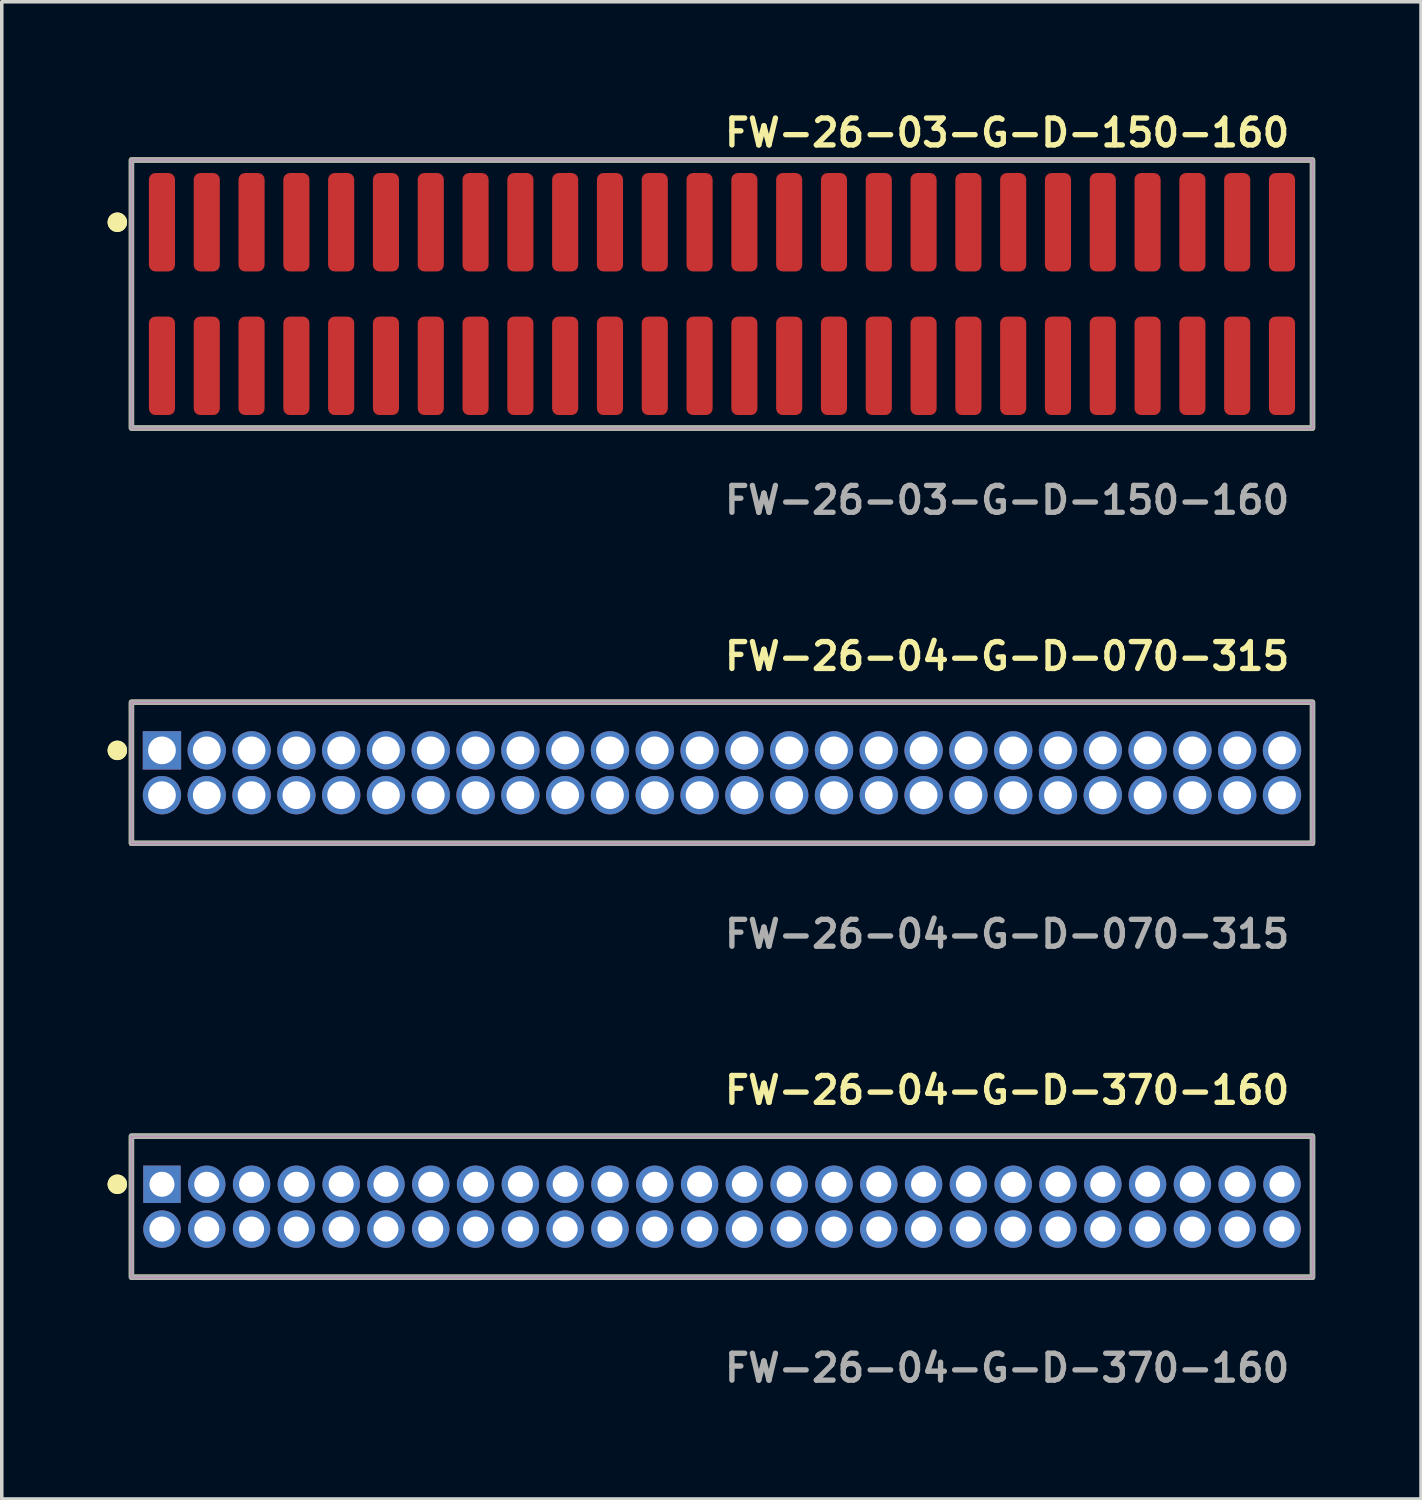
<source format=kicad_pcb>
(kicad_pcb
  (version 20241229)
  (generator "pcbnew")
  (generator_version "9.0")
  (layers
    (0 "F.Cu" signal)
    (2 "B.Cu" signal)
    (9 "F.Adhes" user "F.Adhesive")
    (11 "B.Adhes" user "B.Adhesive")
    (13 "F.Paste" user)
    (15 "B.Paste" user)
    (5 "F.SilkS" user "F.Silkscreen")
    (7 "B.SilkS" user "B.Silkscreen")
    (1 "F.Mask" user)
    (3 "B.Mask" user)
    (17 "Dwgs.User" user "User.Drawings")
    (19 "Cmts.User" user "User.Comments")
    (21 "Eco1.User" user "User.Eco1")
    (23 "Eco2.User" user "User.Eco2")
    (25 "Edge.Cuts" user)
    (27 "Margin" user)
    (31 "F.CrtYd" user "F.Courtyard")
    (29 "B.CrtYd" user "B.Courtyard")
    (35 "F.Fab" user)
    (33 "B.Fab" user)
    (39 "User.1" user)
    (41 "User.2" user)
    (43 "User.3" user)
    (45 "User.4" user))
  (footprint "FW-26-04-G-D-370-160"
    (layer "F.Cu")
    (at 17.416 31.156)
    (property "Reference" "FW-26-04-G-D-370-160" (at 0 -3.302 0) (unlocked yes) (layer "F.SilkS") (effects (font (size 0.762 0.762) (thickness 0.152)) (justify left)))
    (fp_rect (start -16.74 2) (end 16.74 -2) (stroke (width 0.152) (type solid)) (fill no) (layer "F.SilkS"))
    (fp_circle (center -17.14 -0.635) (end -17.34 -0.635) (stroke (width 0.152) (type solid)) (fill yes) (layer "F.SilkS"))
    (fp_circle (center -17.14 -0.635) (end -17.34 -0.635) (stroke (width 0.152) (type solid)) (fill yes) (layer "F.SilkS"))
    (fp_rect (start -16.74 2) (end 16.74 -2) (stroke (width 0.006) (type solid)) (fill no) (layer "F.CrtYd"))
    (fp_rect (start -16.74 2) (end 16.74 -2) (stroke (width 0.152) (type solid)) (fill no) (layer "F.Fab"))
    (fp_text user "${REFERENCE}" (at 0 4.572 0) (unlocked yes) (layer "F.Fab") (effects (font (size 0.762 0.762) (thickness 0.152)) (justify left)))
    (pad "1" thru_hole rect (at -15.875 -0.635) (size 1.06 1.06) (drill 0.71) (layers "*.Cu" "*.Mask"))
    (pad "2" thru_hole circle (at -15.875 0.635) (size 1.06 1.06) (drill 0.71) (layers "*.Cu" "*.Mask"))
    (pad "3" thru_hole circle (at -14.605 -0.635) (size 1.06 1.06) (drill 0.71) (layers "*.Cu" "*.Mask"))
    (pad "4" thru_hole circle (at -14.605 0.635) (size 1.06 1.06) (drill 0.71) (layers "*.Cu" "*.Mask"))
    (pad "5" thru_hole circle (at -13.335 -0.635) (size 1.06 1.06) (drill 0.71) (layers "*.Cu" "*.Mask"))
    (pad "6" thru_hole circle (at -13.335 0.635) (size 1.06 1.06) (drill 0.71) (layers "*.Cu" "*.Mask"))
    (pad "7" thru_hole circle (at -12.065 -0.635) (size 1.06 1.06) (drill 0.71) (layers "*.Cu" "*.Mask"))
    (pad "8" thru_hole circle (at -12.065 0.635) (size 1.06 1.06) (drill 0.71) (layers "*.Cu" "*.Mask"))
    (pad "9" thru_hole circle (at -10.795 -0.635) (size 1.06 1.06) (drill 0.71) (layers "*.Cu" "*.Mask"))
    (pad "10" thru_hole circle (at -10.795 0.635) (size 1.06 1.06) (drill 0.71) (layers "*.Cu" "*.Mask"))
    (pad "11" thru_hole circle (at -9.525 -0.635) (size 1.06 1.06) (drill 0.71) (layers "*.Cu" "*.Mask"))
    (pad "12" thru_hole circle (at -9.525 0.635) (size 1.06 1.06) (drill 0.71) (layers "*.Cu" "*.Mask"))
    (pad "13" thru_hole circle (at -8.255 -0.635) (size 1.06 1.06) (drill 0.71) (layers "*.Cu" "*.Mask"))
    (pad "14" thru_hole circle (at -8.255 0.635) (size 1.06 1.06) (drill 0.71) (layers "*.Cu" "*.Mask"))
    (pad "15" thru_hole circle (at -6.985 -0.635) (size 1.06 1.06) (drill 0.71) (layers "*.Cu" "*.Mask"))
    (pad "16" thru_hole circle (at -6.985 0.635) (size 1.06 1.06) (drill 0.71) (layers "*.Cu" "*.Mask"))
    (pad "17" thru_hole circle (at -5.715 -0.635) (size 1.06 1.06) (drill 0.71) (layers "*.Cu" "*.Mask"))
    (pad "18" thru_hole circle (at -5.715 0.635) (size 1.06 1.06) (drill 0.71) (layers "*.Cu" "*.Mask"))
    (pad "19" thru_hole circle (at -4.445 -0.635) (size 1.06 1.06) (drill 0.71) (layers "*.Cu" "*.Mask"))
    (pad "20" thru_hole circle (at -4.445 0.635) (size 1.06 1.06) (drill 0.71) (layers "*.Cu" "*.Mask"))
    (pad "21" thru_hole circle (at -3.175 -0.635) (size 1.06 1.06) (drill 0.71) (layers "*.Cu" "*.Mask"))
    (pad "22" thru_hole circle (at -3.175 0.635) (size 1.06 1.06) (drill 0.71) (layers "*.Cu" "*.Mask"))
    (pad "23" thru_hole circle (at -1.905 -0.635) (size 1.06 1.06) (drill 0.71) (layers "*.Cu" "*.Mask"))
    (pad "24" thru_hole circle (at -1.905 0.635) (size 1.06 1.06) (drill 0.71) (layers "*.Cu" "*.Mask"))
    (pad "25" thru_hole circle (at -0.635 -0.635) (size 1.06 1.06) (drill 0.71) (layers "*.Cu" "*.Mask"))
    (pad "26" thru_hole circle (at -0.635 0.635) (size 1.06 1.06) (drill 0.71) (layers "*.Cu" "*.Mask"))
    (pad "27" thru_hole circle (at 0.635 -0.635) (size 1.06 1.06) (drill 0.71) (layers "*.Cu" "*.Mask"))
    (pad "28" thru_hole circle (at 0.635 0.635) (size 1.06 1.06) (drill 0.71) (layers "*.Cu" "*.Mask"))
    (pad "29" thru_hole circle (at 1.905 -0.635) (size 1.06 1.06) (drill 0.71) (layers "*.Cu" "*.Mask"))
    (pad "30" thru_hole circle (at 1.905 0.635) (size 1.06 1.06) (drill 0.71) (layers "*.Cu" "*.Mask"))
    (pad "31" thru_hole circle (at 3.175 -0.635) (size 1.06 1.06) (drill 0.71) (layers "*.Cu" "*.Mask"))
    (pad "32" thru_hole circle (at 3.175 0.635) (size 1.06 1.06) (drill 0.71) (layers "*.Cu" "*.Mask"))
    (pad "33" thru_hole circle (at 4.445 -0.635) (size 1.06 1.06) (drill 0.71) (layers "*.Cu" "*.Mask"))
    (pad "34" thru_hole circle (at 4.445 0.635) (size 1.06 1.06) (drill 0.71) (layers "*.Cu" "*.Mask"))
    (pad "35" thru_hole circle (at 5.715 -0.635) (size 1.06 1.06) (drill 0.71) (layers "*.Cu" "*.Mask"))
    (pad "36" thru_hole circle (at 5.715 0.635) (size 1.06 1.06) (drill 0.71) (layers "*.Cu" "*.Mask"))
    (pad "37" thru_hole circle (at 6.985 -0.635) (size 1.06 1.06) (drill 0.71) (layers "*.Cu" "*.Mask"))
    (pad "38" thru_hole circle (at 6.985 0.635) (size 1.06 1.06) (drill 0.71) (layers "*.Cu" "*.Mask"))
    (pad "39" thru_hole circle (at 8.255 -0.635) (size 1.06 1.06) (drill 0.71) (layers "*.Cu" "*.Mask"))
    (pad "40" thru_hole circle (at 8.255 0.635) (size 1.06 1.06) (drill 0.71) (layers "*.Cu" "*.Mask"))
    (pad "41" thru_hole circle (at 9.525 -0.635) (size 1.06 1.06) (drill 0.71) (layers "*.Cu" "*.Mask"))
    (pad "42" thru_hole circle (at 9.525 0.635) (size 1.06 1.06) (drill 0.71) (layers "*.Cu" "*.Mask"))
    (pad "43" thru_hole circle (at 10.795 -0.635) (size 1.06 1.06) (drill 0.71) (layers "*.Cu" "*.Mask"))
    (pad "44" thru_hole circle (at 10.795 0.635) (size 1.06 1.06) (drill 0.71) (layers "*.Cu" "*.Mask"))
    (pad "45" thru_hole circle (at 12.065 -0.635) (size 1.06 1.06) (drill 0.71) (layers "*.Cu" "*.Mask"))
    (pad "46" thru_hole circle (at 12.065 0.635) (size 1.06 1.06) (drill 0.71) (layers "*.Cu" "*.Mask"))
    (pad "47" thru_hole circle (at 13.335 -0.635) (size 1.06 1.06) (drill 0.71) (layers "*.Cu" "*.Mask"))
    (pad "48" thru_hole circle (at 13.335 0.635) (size 1.06 1.06) (drill 0.71) (layers "*.Cu" "*.Mask"))
    (pad "49" thru_hole circle (at 14.605 -0.635) (size 1.06 1.06) (drill 0.71) (layers "*.Cu" "*.Mask"))
    (pad "50" thru_hole circle (at 14.605 0.635) (size 1.06 1.06) (drill 0.71) (layers "*.Cu" "*.Mask"))
    (pad "51" thru_hole circle (at 15.875 -0.635) (size 1.06 1.06) (drill 0.71) (layers "*.Cu" "*.Mask"))
    (pad "52" thru_hole circle (at 15.875 0.635) (size 1.06 1.06) (drill 0.71) (layers "*.Cu" "*.Mask")))
  (footprint "FW-26-04-G-D-070-315"
    (layer "F.Cu")
    (at 17.416 18.856)
    (property "Reference" "FW-26-04-G-D-070-315" (at 0 -3.302 0) (unlocked yes) (layer "F.SilkS") (effects (font (size 0.762 0.762) (thickness 0.152)) (justify left)))
    (fp_rect (start -16.74 2) (end 16.74 -2) (stroke (width 0.152) (type solid)) (fill no) (layer "F.SilkS"))
    (fp_circle (center -17.14 -0.635) (end -17.34 -0.635) (stroke (width 0.152) (type solid)) (fill yes) (layer "F.SilkS"))
    (fp_circle (center -17.14 -0.635) (end -17.34 -0.635) (stroke (width 0.152) (type solid)) (fill yes) (layer "F.SilkS"))
    (fp_rect (start -16.74 2) (end 16.74 -2) (stroke (width 0.006) (type solid)) (fill no) (layer "F.CrtYd"))
    (fp_rect (start -16.74 2) (end 16.74 -2) (stroke (width 0.152) (type solid)) (fill no) (layer "F.Fab"))
    (fp_text user "${REFERENCE}" (at 0 4.572 0) (unlocked yes) (layer "F.Fab") (effects (font (size 0.762 0.762) (thickness 0.152)) (justify left)))
    (pad "1" thru_hole rect (at -15.875 -0.635) (size 1.087 1.087) (drill 0.787) (layers "*.Cu" "*.Mask"))
    (pad "2" thru_hole circle (at -15.875 0.635) (size 1.087 1.087) (drill 0.787) (layers "*.Cu" "*.Mask"))
    (pad "3" thru_hole circle (at -14.605 -0.635) (size 1.087 1.087) (drill 0.787) (layers "*.Cu" "*.Mask"))
    (pad "4" thru_hole circle (at -14.605 0.635) (size 1.087 1.087) (drill 0.787) (layers "*.Cu" "*.Mask"))
    (pad "5" thru_hole circle (at -13.335 -0.635) (size 1.087 1.087) (drill 0.787) (layers "*.Cu" "*.Mask"))
    (pad "6" thru_hole circle (at -13.335 0.635) (size 1.087 1.087) (drill 0.787) (layers "*.Cu" "*.Mask"))
    (pad "7" thru_hole circle (at -12.065 -0.635) (size 1.087 1.087) (drill 0.787) (layers "*.Cu" "*.Mask"))
    (pad "8" thru_hole circle (at -12.065 0.635) (size 1.087 1.087) (drill 0.787) (layers "*.Cu" "*.Mask"))
    (pad "9" thru_hole circle (at -10.795 -0.635) (size 1.087 1.087) (drill 0.787) (layers "*.Cu" "*.Mask"))
    (pad "10" thru_hole circle (at -10.795 0.635) (size 1.087 1.087) (drill 0.787) (layers "*.Cu" "*.Mask"))
    (pad "11" thru_hole circle (at -9.525 -0.635) (size 1.087 1.087) (drill 0.787) (layers "*.Cu" "*.Mask"))
    (pad "12" thru_hole circle (at -9.525 0.635) (size 1.087 1.087) (drill 0.787) (layers "*.Cu" "*.Mask"))
    (pad "13" thru_hole circle (at -8.255 -0.635) (size 1.087 1.087) (drill 0.787) (layers "*.Cu" "*.Mask"))
    (pad "14" thru_hole circle (at -8.255 0.635) (size 1.087 1.087) (drill 0.787) (layers "*.Cu" "*.Mask"))
    (pad "15" thru_hole circle (at -6.985 -0.635) (size 1.087 1.087) (drill 0.787) (layers "*.Cu" "*.Mask"))
    (pad "16" thru_hole circle (at -6.985 0.635) (size 1.087 1.087) (drill 0.787) (layers "*.Cu" "*.Mask"))
    (pad "17" thru_hole circle (at -5.715 -0.635) (size 1.087 1.087) (drill 0.787) (layers "*.Cu" "*.Mask"))
    (pad "18" thru_hole circle (at -5.715 0.635) (size 1.087 1.087) (drill 0.787) (layers "*.Cu" "*.Mask"))
    (pad "19" thru_hole circle (at -4.445 -0.635) (size 1.087 1.087) (drill 0.787) (layers "*.Cu" "*.Mask"))
    (pad "20" thru_hole circle (at -4.445 0.635) (size 1.087 1.087) (drill 0.787) (layers "*.Cu" "*.Mask"))
    (pad "21" thru_hole circle (at -3.175 -0.635) (size 1.087 1.087) (drill 0.787) (layers "*.Cu" "*.Mask"))
    (pad "22" thru_hole circle (at -3.175 0.635) (size 1.087 1.087) (drill 0.787) (layers "*.Cu" "*.Mask"))
    (pad "23" thru_hole circle (at -1.905 -0.635) (size 1.087 1.087) (drill 0.787) (layers "*.Cu" "*.Mask"))
    (pad "24" thru_hole circle (at -1.905 0.635) (size 1.087 1.087) (drill 0.787) (layers "*.Cu" "*.Mask"))
    (pad "25" thru_hole circle (at -0.635 -0.635) (size 1.087 1.087) (drill 0.787) (layers "*.Cu" "*.Mask"))
    (pad "26" thru_hole circle (at -0.635 0.635) (size 1.087 1.087) (drill 0.787) (layers "*.Cu" "*.Mask"))
    (pad "27" thru_hole circle (at 0.635 -0.635) (size 1.087 1.087) (drill 0.787) (layers "*.Cu" "*.Mask"))
    (pad "28" thru_hole circle (at 0.635 0.635) (size 1.087 1.087) (drill 0.787) (layers "*.Cu" "*.Mask"))
    (pad "29" thru_hole circle (at 1.905 -0.635) (size 1.087 1.087) (drill 0.787) (layers "*.Cu" "*.Mask"))
    (pad "30" thru_hole circle (at 1.905 0.635) (size 1.087 1.087) (drill 0.787) (layers "*.Cu" "*.Mask"))
    (pad "31" thru_hole circle (at 3.175 -0.635) (size 1.087 1.087) (drill 0.787) (layers "*.Cu" "*.Mask"))
    (pad "32" thru_hole circle (at 3.175 0.635) (size 1.087 1.087) (drill 0.787) (layers "*.Cu" "*.Mask"))
    (pad "33" thru_hole circle (at 4.445 -0.635) (size 1.087 1.087) (drill 0.787) (layers "*.Cu" "*.Mask"))
    (pad "34" thru_hole circle (at 4.445 0.635) (size 1.087 1.087) (drill 0.787) (layers "*.Cu" "*.Mask"))
    (pad "35" thru_hole circle (at 5.715 -0.635) (size 1.087 1.087) (drill 0.787) (layers "*.Cu" "*.Mask"))
    (pad "36" thru_hole circle (at 5.715 0.635) (size 1.087 1.087) (drill 0.787) (layers "*.Cu" "*.Mask"))
    (pad "37" thru_hole circle (at 6.985 -0.635) (size 1.087 1.087) (drill 0.787) (layers "*.Cu" "*.Mask"))
    (pad "38" thru_hole circle (at 6.985 0.635) (size 1.087 1.087) (drill 0.787) (layers "*.Cu" "*.Mask"))
    (pad "39" thru_hole circle (at 8.255 -0.635) (size 1.087 1.087) (drill 0.787) (layers "*.Cu" "*.Mask"))
    (pad "40" thru_hole circle (at 8.255 0.635) (size 1.087 1.087) (drill 0.787) (layers "*.Cu" "*.Mask"))
    (pad "41" thru_hole circle (at 9.525 -0.635) (size 1.087 1.087) (drill 0.787) (layers "*.Cu" "*.Mask"))
    (pad "42" thru_hole circle (at 9.525 0.635) (size 1.087 1.087) (drill 0.787) (layers "*.Cu" "*.Mask"))
    (pad "43" thru_hole circle (at 10.795 -0.635) (size 1.087 1.087) (drill 0.787) (layers "*.Cu" "*.Mask"))
    (pad "44" thru_hole circle (at 10.795 0.635) (size 1.087 1.087) (drill 0.787) (layers "*.Cu" "*.Mask"))
    (pad "45" thru_hole circle (at 12.065 -0.635) (size 1.087 1.087) (drill 0.787) (layers "*.Cu" "*.Mask"))
    (pad "46" thru_hole circle (at 12.065 0.635) (size 1.087 1.087) (drill 0.787) (layers "*.Cu" "*.Mask"))
    (pad "47" thru_hole circle (at 13.335 -0.635) (size 1.087 1.087) (drill 0.787) (layers "*.Cu" "*.Mask"))
    (pad "48" thru_hole circle (at 13.335 0.635) (size 1.087 1.087) (drill 0.787) (layers "*.Cu" "*.Mask"))
    (pad "49" thru_hole circle (at 14.605 -0.635) (size 1.087 1.087) (drill 0.787) (layers "*.Cu" "*.Mask"))
    (pad "50" thru_hole circle (at 14.605 0.635) (size 1.087 1.087) (drill 0.787) (layers "*.Cu" "*.Mask"))
    (pad "51" thru_hole circle (at 15.875 -0.635) (size 1.087 1.087) (drill 0.787) (layers "*.Cu" "*.Mask"))
    (pad "52" thru_hole circle (at 15.875 0.635) (size 1.087 1.087) (drill 0.787) (layers "*.Cu" "*.Mask")))
  (footprint "FW-26-03-G-D-150-160"
    (layer "F.Cu")
    (at 17.416 5.285)
    (property "Reference" "FW-26-03-G-D-150-160" (at 0 -4.572 0) (unlocked yes) (layer "F.SilkS") (effects (font (size 0.762 0.762) (thickness 0.152)) (justify left)))
    (fp_rect (start -16.74 3.8) (end 16.74 -3.8) (stroke (width 0.152) (type solid)) (fill no) (layer "F.SilkS"))
    (fp_circle (center -17.14 -2.035) (end -17.34 -2.035) (stroke (width 0.152) (type solid)) (fill yes) (layer "F.SilkS"))
    (fp_circle (center -17.14 -2.035) (end -17.34 -2.035) (stroke (width 0.152) (type solid)) (fill yes) (layer "F.SilkS"))
    (fp_rect (start -16.74 3.8) (end 16.74 -3.8) (stroke (width 0.006) (type solid)) (fill no) (layer "F.CrtYd"))
    (fp_rect (start -16.74 3.8) (end 16.74 -3.8) (stroke (width 0.152) (type solid)) (fill no) (layer "F.Fab"))
    (fp_text user "${REFERENCE}" (at 0 5.842 0) (unlocked yes) (layer "F.Fab") (effects (font (size 0.762 0.762) (thickness 0.152)) (justify left)))
    (pad "1" smd roundrect (at -15.875 -2.035) (size 0.74 2.79) (layers "F.Cu" "F.Paste") (roundrect_rratio 0.25))
    (pad "2" smd roundrect (at -15.875 2.035) (size 0.74 2.79) (layers "F.Cu" "F.Paste") (roundrect_rratio 0.25))
    (pad "3" smd roundrect (at -14.605 -2.035) (size 0.74 2.79) (layers "F.Cu" "F.Paste") (roundrect_rratio 0.25))
    (pad "4" smd roundrect (at -14.605 2.035) (size 0.74 2.79) (layers "F.Cu" "F.Paste") (roundrect_rratio 0.25))
    (pad "5" smd roundrect (at -13.335 -2.035) (size 0.74 2.79) (layers "F.Cu" "F.Paste") (roundrect_rratio 0.25))
    (pad "6" smd roundrect (at -13.335 2.035) (size 0.74 2.79) (layers "F.Cu" "F.Paste") (roundrect_rratio 0.25))
    (pad "7" smd roundrect (at -12.065 -2.035) (size 0.74 2.79) (layers "F.Cu" "F.Paste") (roundrect_rratio 0.25))
    (pad "8" smd roundrect (at -12.065 2.035) (size 0.74 2.79) (layers "F.Cu" "F.Paste") (roundrect_rratio 0.25))
    (pad "9" smd roundrect (at -10.795 -2.035) (size 0.74 2.79) (layers "F.Cu" "F.Paste") (roundrect_rratio 0.25))
    (pad "10" smd roundrect (at -10.795 2.035) (size 0.74 2.79) (layers "F.Cu" "F.Paste") (roundrect_rratio 0.25))
    (pad "11" smd roundrect (at -9.525 -2.035) (size 0.74 2.79) (layers "F.Cu" "F.Paste") (roundrect_rratio 0.25))
    (pad "12" smd roundrect (at -9.525 2.035) (size 0.74 2.79) (layers "F.Cu" "F.Paste") (roundrect_rratio 0.25))
    (pad "13" smd roundrect (at -8.255 -2.035) (size 0.74 2.79) (layers "F.Cu" "F.Paste") (roundrect_rratio 0.25))
    (pad "14" smd roundrect (at -8.255 2.035) (size 0.74 2.79) (layers "F.Cu" "F.Paste") (roundrect_rratio 0.25))
    (pad "15" smd roundrect (at -6.985 -2.035) (size 0.74 2.79) (layers "F.Cu" "F.Paste") (roundrect_rratio 0.25))
    (pad "16" smd roundrect (at -6.985 2.035) (size 0.74 2.79) (layers "F.Cu" "F.Paste") (roundrect_rratio 0.25))
    (pad "17" smd roundrect (at -5.715 -2.035) (size 0.74 2.79) (layers "F.Cu" "F.Paste") (roundrect_rratio 0.25))
    (pad "18" smd roundrect (at -5.715 2.035) (size 0.74 2.79) (layers "F.Cu" "F.Paste") (roundrect_rratio 0.25))
    (pad "19" smd roundrect (at -4.445 -2.035) (size 0.74 2.79) (layers "F.Cu" "F.Paste") (roundrect_rratio 0.25))
    (pad "20" smd roundrect (at -4.445 2.035) (size 0.74 2.79) (layers "F.Cu" "F.Paste") (roundrect_rratio 0.25))
    (pad "21" smd roundrect (at -3.175 -2.035) (size 0.74 2.79) (layers "F.Cu" "F.Paste") (roundrect_rratio 0.25))
    (pad "22" smd roundrect (at -3.175 2.035) (size 0.74 2.79) (layers "F.Cu" "F.Paste") (roundrect_rratio 0.25))
    (pad "23" smd roundrect (at -1.905 -2.035) (size 0.74 2.79) (layers "F.Cu" "F.Paste") (roundrect_rratio 0.25))
    (pad "24" smd roundrect (at -1.905 2.035) (size 0.74 2.79) (layers "F.Cu" "F.Paste") (roundrect_rratio 0.25))
    (pad "25" smd roundrect (at -0.635 -2.035) (size 0.74 2.79) (layers "F.Cu" "F.Paste") (roundrect_rratio 0.25))
    (pad "26" smd roundrect (at -0.635 2.035) (size 0.74 2.79) (layers "F.Cu" "F.Paste") (roundrect_rratio 0.25))
    (pad "27" smd roundrect (at 0.635 -2.035) (size 0.74 2.79) (layers "F.Cu" "F.Paste") (roundrect_rratio 0.25))
    (pad "28" smd roundrect (at 0.635 2.035) (size 0.74 2.79) (layers "F.Cu" "F.Paste") (roundrect_rratio 0.25))
    (pad "29" smd roundrect (at 1.905 -2.035) (size 0.74 2.79) (layers "F.Cu" "F.Paste") (roundrect_rratio 0.25))
    (pad "30" smd roundrect (at 1.905 2.035) (size 0.74 2.79) (layers "F.Cu" "F.Paste") (roundrect_rratio 0.25))
    (pad "31" smd roundrect (at 3.175 -2.035) (size 0.74 2.79) (layers "F.Cu" "F.Paste") (roundrect_rratio 0.25))
    (pad "32" smd roundrect (at 3.175 2.035) (size 0.74 2.79) (layers "F.Cu" "F.Paste") (roundrect_rratio 0.25))
    (pad "33" smd roundrect (at 4.445 -2.035) (size 0.74 2.79) (layers "F.Cu" "F.Paste") (roundrect_rratio 0.25))
    (pad "34" smd roundrect (at 4.445 2.035) (size 0.74 2.79) (layers "F.Cu" "F.Paste") (roundrect_rratio 0.25))
    (pad "35" smd roundrect (at 5.715 -2.035) (size 0.74 2.79) (layers "F.Cu" "F.Paste") (roundrect_rratio 0.25))
    (pad "36" smd roundrect (at 5.715 2.035) (size 0.74 2.79) (layers "F.Cu" "F.Paste") (roundrect_rratio 0.25))
    (pad "37" smd roundrect (at 6.985 -2.035) (size 0.74 2.79) (layers "F.Cu" "F.Paste") (roundrect_rratio 0.25))
    (pad "38" smd roundrect (at 6.985 2.035) (size 0.74 2.79) (layers "F.Cu" "F.Paste") (roundrect_rratio 0.25))
    (pad "39" smd roundrect (at 8.255 -2.035) (size 0.74 2.79) (layers "F.Cu" "F.Paste") (roundrect_rratio 0.25))
    (pad "40" smd roundrect (at 8.255 2.035) (size 0.74 2.79) (layers "F.Cu" "F.Paste") (roundrect_rratio 0.25))
    (pad "41" smd roundrect (at 9.525 -2.035) (size 0.74 2.79) (layers "F.Cu" "F.Paste") (roundrect_rratio 0.25))
    (pad "42" smd roundrect (at 9.525 2.035) (size 0.74 2.79) (layers "F.Cu" "F.Paste") (roundrect_rratio 0.25))
    (pad "43" smd roundrect (at 10.795 -2.035) (size 0.74 2.79) (layers "F.Cu" "F.Paste") (roundrect_rratio 0.25))
    (pad "44" smd roundrect (at 10.795 2.035) (size 0.74 2.79) (layers "F.Cu" "F.Paste") (roundrect_rratio 0.25))
    (pad "45" smd roundrect (at 12.065 -2.035) (size 0.74 2.79) (layers "F.Cu" "F.Paste") (roundrect_rratio 0.25))
    (pad "46" smd roundrect (at 12.065 2.035) (size 0.74 2.79) (layers "F.Cu" "F.Paste") (roundrect_rratio 0.25))
    (pad "47" smd roundrect (at 13.335 -2.035) (size 0.74 2.79) (layers "F.Cu" "F.Paste") (roundrect_rratio 0.25))
    (pad "48" smd roundrect (at 13.335 2.035) (size 0.74 2.79) (layers "F.Cu" "F.Paste") (roundrect_rratio 0.25))
    (pad "49" smd roundrect (at 14.605 -2.035) (size 0.74 2.79) (layers "F.Cu" "F.Paste") (roundrect_rratio 0.25))
    (pad "50" smd roundrect (at 14.605 2.035) (size 0.74 2.79) (layers "F.Cu" "F.Paste") (roundrect_rratio 0.25))
    (pad "51" smd roundrect (at 15.875 -2.035) (size 0.74 2.79) (layers "F.Cu" "F.Paste") (roundrect_rratio 0.25))
    (pad "52" smd roundrect (at 15.875 2.035) (size 0.74 2.79) (layers "F.Cu" "F.Paste") (roundrect_rratio 0.25)))
  (gr_rect
    (start -3 -3)
    (end 37.232 39.441)
    (stroke (width 0.1) (type default))
    (fill no)
    (layer "Edge.Cuts")))
</source>
